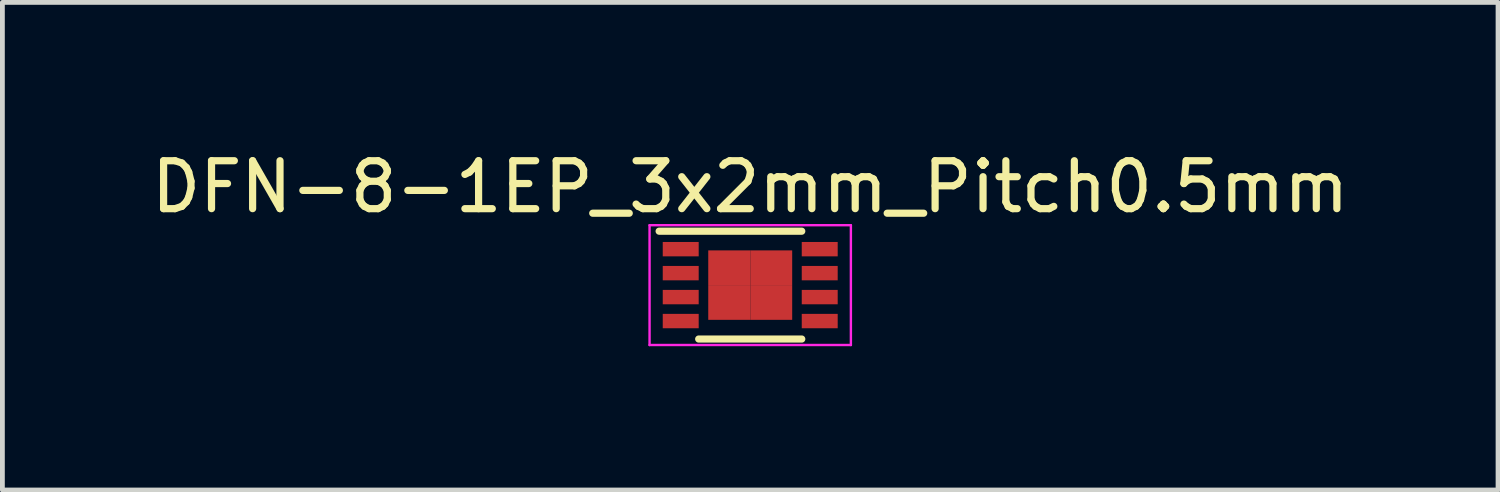
<source format=kicad_pcb>
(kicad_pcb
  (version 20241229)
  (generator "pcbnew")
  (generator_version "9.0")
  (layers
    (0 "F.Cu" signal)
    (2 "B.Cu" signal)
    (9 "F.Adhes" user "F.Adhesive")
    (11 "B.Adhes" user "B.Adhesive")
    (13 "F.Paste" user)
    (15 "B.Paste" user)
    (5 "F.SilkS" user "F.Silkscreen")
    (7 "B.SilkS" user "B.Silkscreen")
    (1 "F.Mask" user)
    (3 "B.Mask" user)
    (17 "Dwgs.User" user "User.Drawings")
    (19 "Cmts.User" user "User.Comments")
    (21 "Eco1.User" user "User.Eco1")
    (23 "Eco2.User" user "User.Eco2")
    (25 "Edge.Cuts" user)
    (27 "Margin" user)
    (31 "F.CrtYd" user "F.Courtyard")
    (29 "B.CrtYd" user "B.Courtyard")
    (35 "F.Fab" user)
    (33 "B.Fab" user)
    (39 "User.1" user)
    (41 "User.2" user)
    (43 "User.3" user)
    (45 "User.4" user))
  (footprint "DFN-8-1EP_3x2mm_Pitch0.5mm"
    (layer "F.Cu")
    (at 12.601 2.898)
    (property "Reference" "DFN-8-1EP_3x2mm_Pitch0.5mm" (at 0 -2.05 0) (layer "F.SilkS") (effects (font (size 1 1) (thickness 0.15))))
    (attr smd)
    (fp_line (start -1.9 -1.125) (end 1.075 -1.125) (stroke (width 0.15) (type solid)) (layer "F.SilkS"))
    (fp_line (start -1.075 1.125) (end 1.075 1.125) (stroke (width 0.15) (type solid)) (layer "F.SilkS"))
    (fp_line (start -2.1 -1.25) (end -2.1 1.25) (stroke (width 0.05) (type solid)) (layer "F.CrtYd"))
    (fp_line (start -2.1 -1.25) (end 2.1 -1.25) (stroke (width 0.05) (type solid)) (layer "F.CrtYd"))
    (fp_line (start -2.1 1.25) (end 2.1 1.25) (stroke (width 0.05) (type solid)) (layer "F.CrtYd"))
    (fp_line (start 2.1 -1.25) (end 2.1 1.25) (stroke (width 0.05) (type solid)) (layer "F.CrtYd"))
    (pad "1" smd rect (at -1.45 -0.75) (size 0.75 0.3) (layers "F.Cu" "F.Mask" "F.Paste"))
    (pad "2" smd rect (at -1.45 -0.25) (size 0.75 0.3) (layers "F.Cu" "F.Mask" "F.Paste"))
    (pad "3" smd rect (at -1.45 0.25) (size 0.75 0.3) (layers "F.Cu" "F.Mask" "F.Paste"))
    (pad "4" smd rect (at -1.45 0.75) (size 0.75 0.3) (layers "F.Cu" "F.Mask" "F.Paste"))
    (pad "5" smd rect (at 1.45 0.75) (size 0.75 0.3) (layers "F.Cu" "F.Mask" "F.Paste"))
    (pad "6" smd rect (at 1.45 0.25) (size 0.75 0.3) (layers "F.Cu" "F.Mask" "F.Paste"))
    (pad "7" smd rect (at 1.45 -0.25) (size 0.75 0.3) (layers "F.Cu" "F.Mask" "F.Paste"))
    (pad "8" smd rect (at 1.45 -0.75) (size 0.75 0.3) (layers "F.Cu" "F.Mask" "F.Paste"))
    (pad "9" smd rect (at -0.438 -0.362) (size 0.875 0.725) (layers "F.Cu" "F.Mask" "F.Paste"))
    (pad "9" smd rect (at -0.438 0.362) (size 0.875 0.725) (layers "F.Cu" "F.Mask" "F.Paste"))
    (pad "9" smd rect (at 0.438 -0.362) (size 0.875 0.725) (layers "F.Cu" "F.Mask" "F.Paste"))
    (pad "9" smd rect (at 0.438 0.362) (size 0.875 0.725) (layers "F.Cu" "F.Mask" "F.Paste")))
  (gr_rect
    (start -3 -3)
    (end 28.202 7.173)
    (stroke (width 0.1) (type default))
    (fill no)
    (layer "Edge.Cuts")))
</source>
